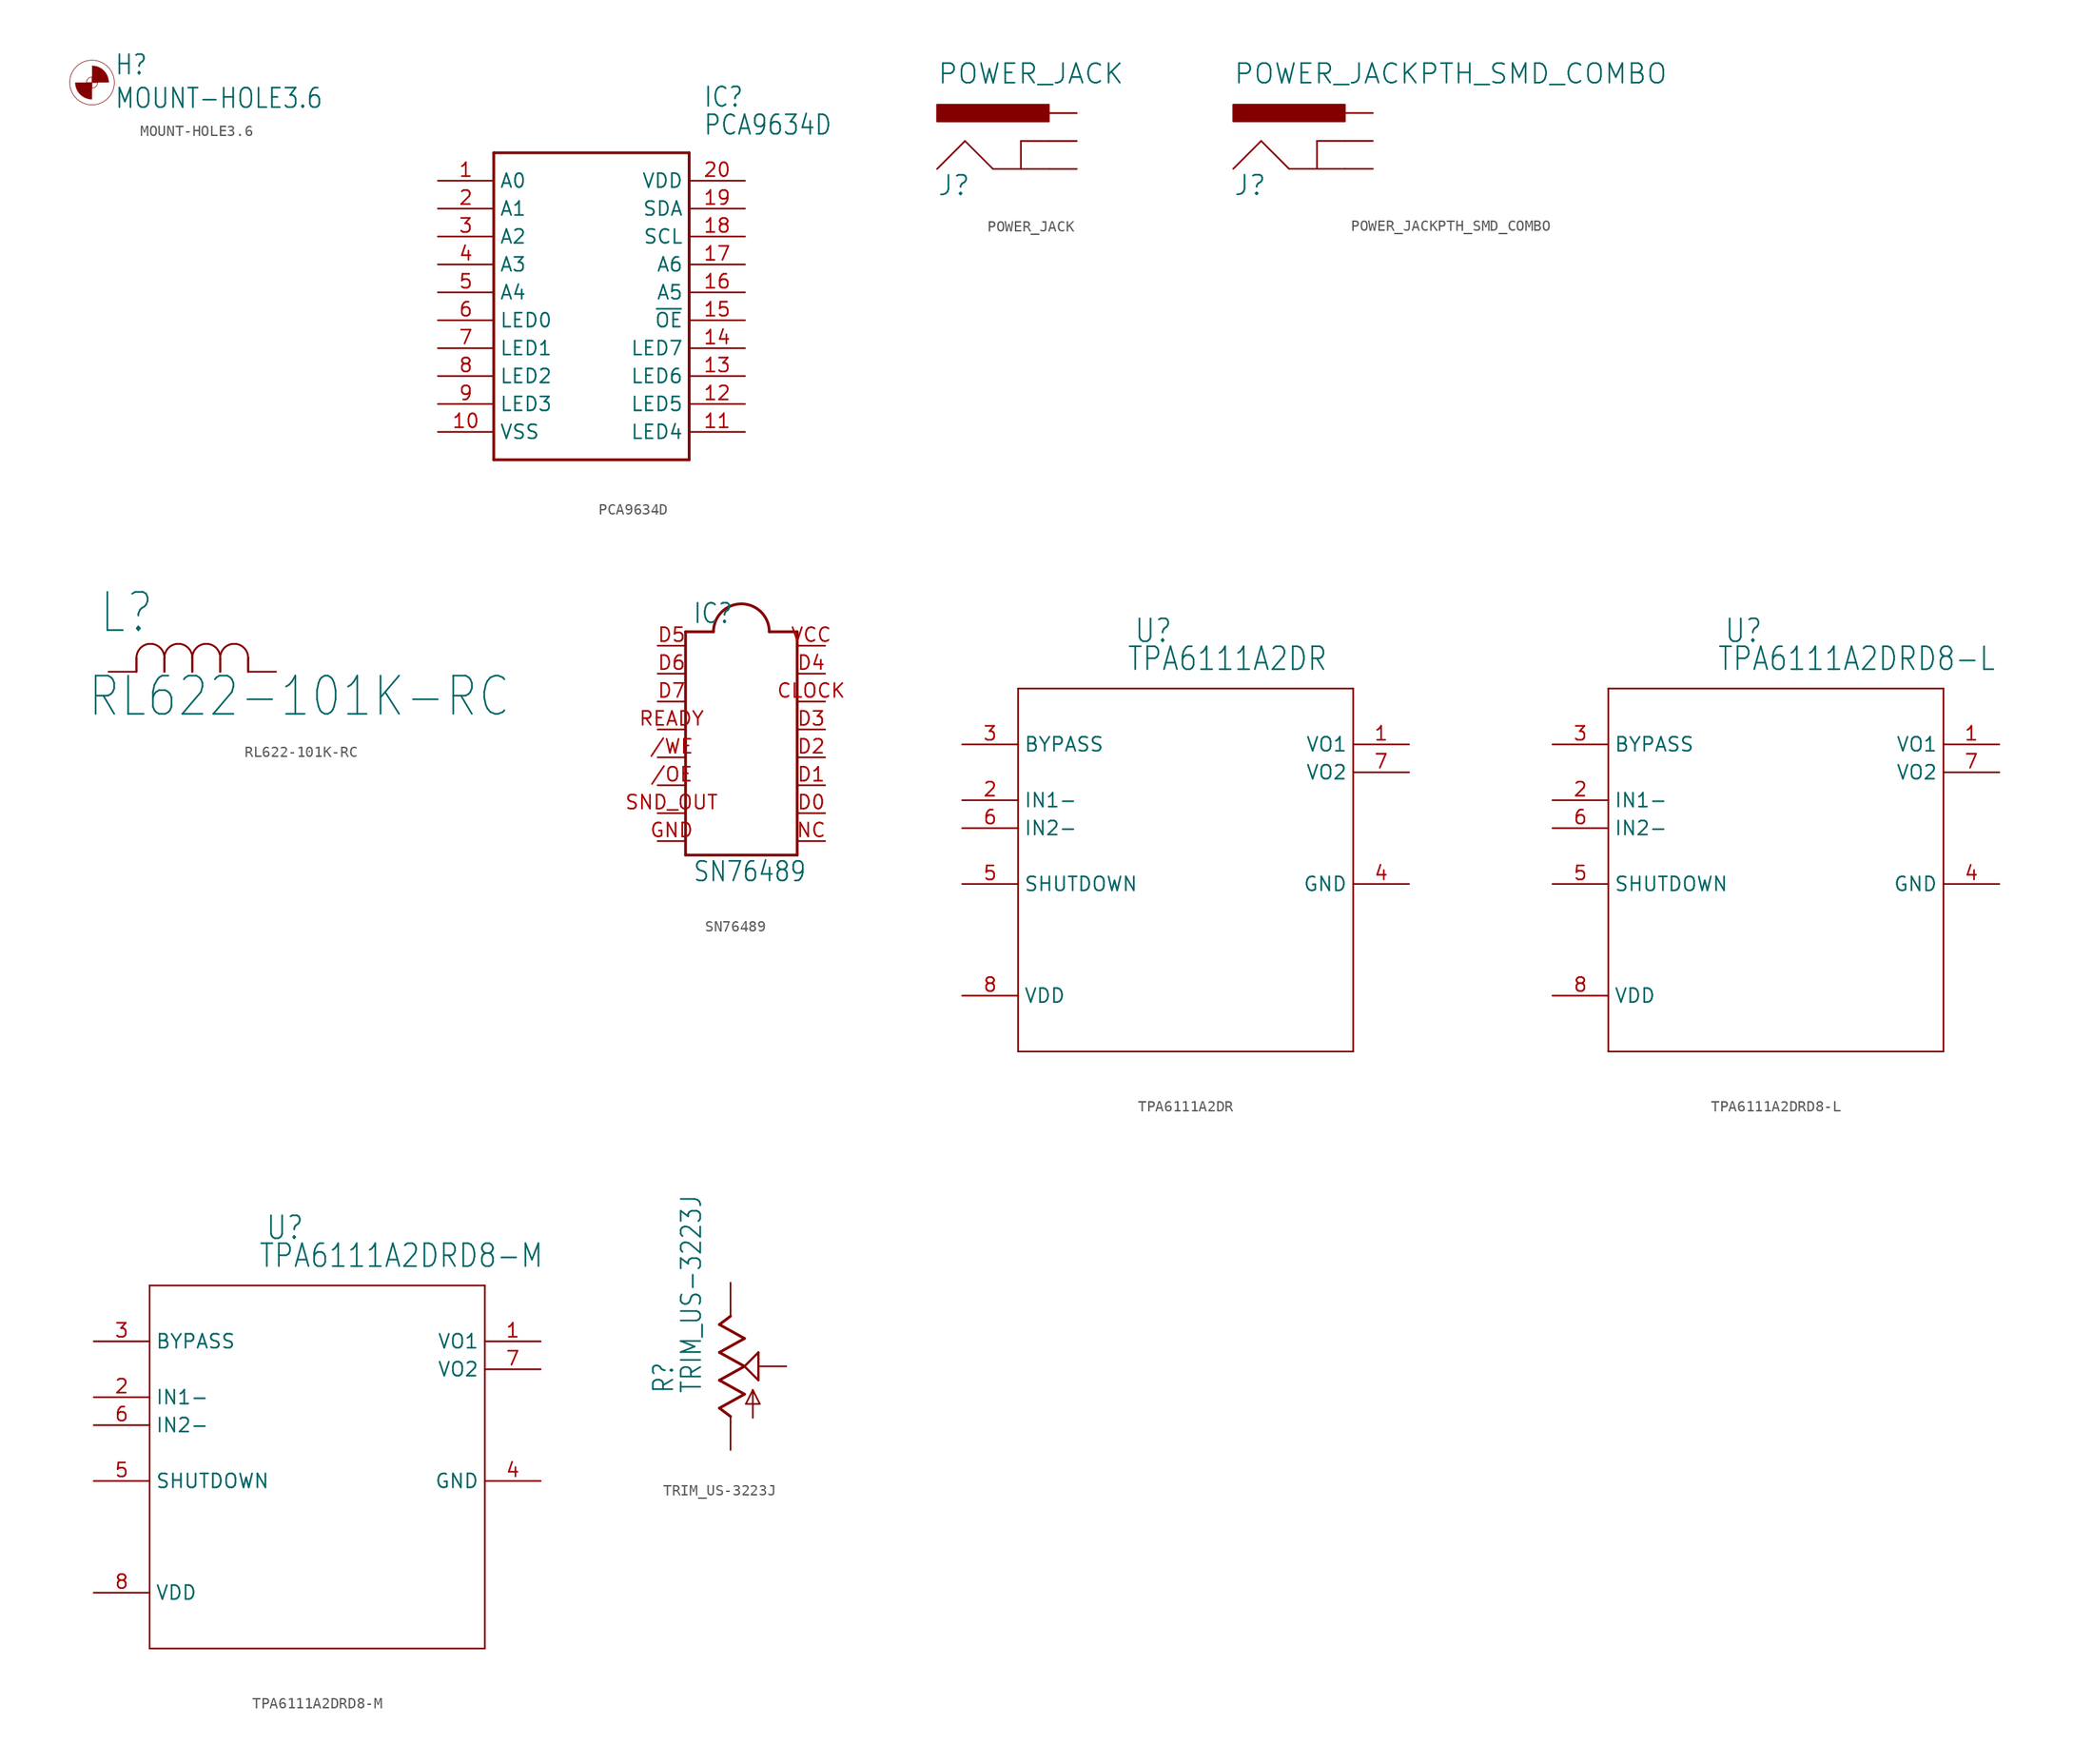
<source format=kicad_sym>
(kicad_symbol_lib
  (version 20211014)
  (generator kicad_symbol_editor)
  (symbol "MOUNT-HOLE3.6"
    (property "Reference" "H"
      (at 2.032 0.584 0)
      (effects (font (size 1.778 1.511)) (justify left bottom)))
    (property "Value" "MOUNT-HOLE3.6"
      (at 2.032 -2.464 0)
      (effects (font (size 1.778 1.511)) (justify left bottom)))
    (property "ki_locked" ""
      (at 0 0 0)
      (effects (font (size 1.27 1.27))))
    (symbol "MOUNT-HOLE3.6_1_0"
      (arc (start -1.524 0) (mid -1.0776 -1.0776) (end 0 -1.524) (stroke (width 0.0001) (type default) (color 0 0 0 0)) (fill (type outline)))
      (polyline (pts (xy -0.508 0) (xy 0.508 0)) (stroke (width 0.051) (type default) (color 0 0 0 0)) (fill (type none)))
      (polyline (pts (xy 0 0.508) (xy 0 -0.508)) (stroke (width 0.051) (type default) (color 0 0 0 0)) (fill (type none)))
      (circle (center 0 0) (radius 0.508) (stroke (width 0.051) (type default) (color 0 0 0 0)) (fill (type none)))
      (circle (center 0 0) (radius 2.032) (stroke (width 0.051) (type default) (color 0 0 0 0)) (fill (type none)))
      (arc (start 1.524 0) (mid 1.0776 1.0776) (end 0 1.524) (stroke (width 0.0001) (type default) (color 0 0 0 0)) (fill (type outline)))))
  (symbol "PCA9634D"
    (property "Reference" "IC"
      (at 24.13 7.62 0)
      (effects (font (size 1.778 1.511)) (justify left)))
    (property "Value" "PCA9634D"
      (at 24.13 5.08 0)
      (effects (font (size 1.778 1.511)) (justify left)))
    (property "ki_locked" ""
      (at 0 0 0)
      (effects (font (size 1.27 1.27))))
    (symbol "PCA9634D_1_0"
      (polyline (pts (xy 5.08 2.54) (xy 5.08 -25.4)) (stroke (width 0.254) (type default) (color 0 0 0 0)) (fill (type none)))
      (polyline (pts (xy 5.08 2.54) (xy 22.86 2.54)) (stroke (width 0.254) (type default) (color 0 0 0 0)) (fill (type none)))
      (polyline (pts (xy 22.86 -25.4) (xy 5.08 -25.4)) (stroke (width 0.254) (type default) (color 0 0 0 0)) (fill (type none)))
      (polyline (pts (xy 22.86 -25.4) (xy 22.86 2.54)) (stroke (width 0.254) (type default) (color 0 0 0 0)) (fill (type none)))
      (pin bidirectional line (at 0 0 0) (length 5.08) (name "A0" (effects (font (size 1.27 1.27)))) (number "1" (effects (font (size 1.27 1.27)))))
      (pin power_in line (at 0 -22.86 0) (length 5.08) (name "VSS" (effects (font (size 1.27 1.27)))) (number "10" (effects (font (size 1.27 1.27)))))
      (pin bidirectional line (at 27.94 -22.86 180) (length 5.08) (name "LED4" (effects (font (size 1.27 1.27)))) (number "11" (effects (font (size 1.27 1.27)))))
      (pin bidirectional line (at 27.94 -20.32 180) (length 5.08) (name "LED5" (effects (font (size 1.27 1.27)))) (number "12" (effects (font (size 1.27 1.27)))))
      (pin bidirectional line (at 27.94 -17.78 180) (length 5.08) (name "LED6" (effects (font (size 1.27 1.27)))) (number "13" (effects (font (size 1.27 1.27)))))
      (pin bidirectional line (at 27.94 -15.24 180) (length 5.08) (name "LED7" (effects (font (size 1.27 1.27)))) (number "14" (effects (font (size 1.27 1.27)))))
      (pin bidirectional line (at 27.94 -12.7 180) (length 5.08) (name "~{OE}" (effects (font (size 1.27 1.27)))) (number "15" (effects (font (size 1.27 1.27)))))
      (pin bidirectional line (at 27.94 -10.16 180) (length 5.08) (name "A5" (effects (font (size 1.27 1.27)))) (number "16" (effects (font (size 1.27 1.27)))))
      (pin bidirectional line (at 27.94 -7.62 180) (length 5.08) (name "A6" (effects (font (size 1.27 1.27)))) (number "17" (effects (font (size 1.27 1.27)))))
      (pin bidirectional line (at 27.94 -5.08 180) (length 5.08) (name "SCL" (effects (font (size 1.27 1.27)))) (number "18" (effects (font (size 1.27 1.27)))))
      (pin bidirectional line (at 27.94 -2.54 180) (length 5.08) (name "SDA" (effects (font (size 1.27 1.27)))) (number "19" (effects (font (size 1.27 1.27)))))
      (pin bidirectional line (at 0 -2.54 0) (length 5.08) (name "A1" (effects (font (size 1.27 1.27)))) (number "2" (effects (font (size 1.27 1.27)))))
      (pin power_in line (at 27.94 0 180) (length 5.08) (name "VDD" (effects (font (size 1.27 1.27)))) (number "20" (effects (font (size 1.27 1.27)))))
      (pin bidirectional line (at 0 -5.08 0) (length 5.08) (name "A2" (effects (font (size 1.27 1.27)))) (number "3" (effects (font (size 1.27 1.27)))))
      (pin bidirectional line (at 0 -7.62 0) (length 5.08) (name "A3" (effects (font (size 1.27 1.27)))) (number "4" (effects (font (size 1.27 1.27)))))
      (pin bidirectional line (at 0 -10.16 0) (length 5.08) (name "A4" (effects (font (size 1.27 1.27)))) (number "5" (effects (font (size 1.27 1.27)))))
      (pin bidirectional line (at 0 -12.7 0) (length 5.08) (name "LED0" (effects (font (size 1.27 1.27)))) (number "6" (effects (font (size 1.27 1.27)))))
      (pin bidirectional line (at 0 -15.24 0) (length 5.08) (name "LED1" (effects (font (size 1.27 1.27)))) (number "7" (effects (font (size 1.27 1.27)))))
      (pin bidirectional line (at 0 -17.78 0) (length 5.08) (name "LED2" (effects (font (size 1.27 1.27)))) (number "8" (effects (font (size 1.27 1.27)))))
      (pin bidirectional line (at 0 -20.32 0) (length 5.08) (name "LED3" (effects (font (size 1.27 1.27)))) (number "9" (effects (font (size 1.27 1.27)))))))
  (symbol "POWER_JACK"
    (property "Reference" "J"
      (at -10.16 0 0)
      (effects (font (size 1.778 1.778)) (justify left bottom)))
    (property "Value" "POWER_JACK"
      (at -10.16 10.16 0)
      (effects (font (size 1.778 1.778)) (justify left bottom)))
    (property "ki_locked" ""
      (at 0 0 0)
      (effects (font (size 1.27 1.27))))
    (symbol "POWER_JACK_1_0"
      (rectangle (start -10.16 6.858) (end 0 8.382) (stroke (width 0) (type default) (color 0 0 0 0)) (fill (type outline)))
      (polyline (pts (xy -10.16 2.54) (xy -7.62 5.08)) (stroke (width 0.152) (type default) (color 0 0 0 0)) (fill (type none)))
      (polyline (pts (xy -7.62 5.08) (xy -5.08 2.54)) (stroke (width 0.152) (type default) (color 0 0 0 0)) (fill (type none)))
      (polyline (pts (xy -5.08 2.54) (xy -2.54 2.54)) (stroke (width 0.152) (type default) (color 0 0 0 0)) (fill (type none)))
      (polyline (pts (xy -2.54 2.54) (xy -2.54 5.08)) (stroke (width 0.152) (type default) (color 0 0 0 0)) (fill (type none)))
      (polyline (pts (xy -2.54 2.54) (xy 0 2.54)) (stroke (width 0.152) (type default) (color 0 0 0 0)) (fill (type none)))
      (polyline (pts (xy -2.54 5.08) (xy 0 5.08)) (stroke (width 0.152) (type default) (color 0 0 0 0)) (fill (type none)))
      (pin bidirectional line (at 2.54 2.54 180) (length 2.54) (name "GND" (effects (font (size 0 0)))) (number "GND" (effects (font (size 0 0)))))
      (pin bidirectional line (at 2.54 5.08 180) (length 2.54) (name "GNDBREAK" (effects (font (size 0 0)))) (number "GNDBREAK" (effects (font (size 0 0)))))
      (pin bidirectional line (at 2.54 7.62 180) (length 2.54) (name "PWR" (effects (font (size 0 0)))) (number "PWR" (effects (font (size 0 0)))))))
  (symbol "POWER_JACKPTH_SMD_COMBO"
    (property "Reference" "J"
      (at -10.16 0 0)
      (effects (font (size 1.778 1.778)) (justify left bottom)))
    (property "Value" "POWER_JACKPTH_SMD_COMBO"
      (at -10.16 10.16 0)
      (effects (font (size 1.778 1.778)) (justify left bottom)))
    (property "ki_locked" ""
      (at 0 0 0)
      (effects (font (size 1.27 1.27))))
    (symbol "POWER_JACKPTH_SMD_COMBO_1_0"
      (rectangle (start -10.16 6.858) (end 0 8.382) (stroke (width 0) (type default) (color 0 0 0 0)) (fill (type outline)))
      (polyline (pts (xy -10.16 2.54) (xy -7.62 5.08)) (stroke (width 0.152) (type default) (color 0 0 0 0)) (fill (type none)))
      (polyline (pts (xy -7.62 5.08) (xy -5.08 2.54)) (stroke (width 0.152) (type default) (color 0 0 0 0)) (fill (type none)))
      (polyline (pts (xy -5.08 2.54) (xy -2.54 2.54)) (stroke (width 0.152) (type default) (color 0 0 0 0)) (fill (type none)))
      (polyline (pts (xy -2.54 2.54) (xy -2.54 5.08)) (stroke (width 0.152) (type default) (color 0 0 0 0)) (fill (type none)))
      (polyline (pts (xy -2.54 2.54) (xy 0 2.54)) (stroke (width 0.152) (type default) (color 0 0 0 0)) (fill (type none)))
      (polyline (pts (xy -2.54 5.08) (xy 0 5.08)) (stroke (width 0.152) (type default) (color 0 0 0 0)) (fill (type none)))
      (pin bidirectional line (at 2.54 5.08 180) (length 2.54) (name "GNDBREAK" (effects (font (size 0 0)))) (number "GND" (effects (font (size 0 0)))))
      (pin bidirectional line (at 2.54 2.54 180) (length 2.54) (name "GND" (effects (font (size 0 0)))) (number "GND@1" (effects (font (size 0 0)))))
      (pin bidirectional line (at 2.54 7.62 180) (length 2.54) (name "PWR" (effects (font (size 0 0)))) (number "POWER" (effects (font (size 0 0)))))))
  (symbol "RL622-101K-RC"
    (property "Reference" "L"
      (at -0.914 3.353 0)
      (effects (font (size 3.48 2.958)) (justify left bottom)))
    (property "Value" "RL622-101K-RC"
      (at -1.981 -4.267 0)
      (effects (font (size 3.48 2.958)) (justify left bottom)))
    (property "ki_locked" ""
      (at 0 0 0)
      (effects (font (size 1.27 1.27))))
    (symbol "RL622-101K-RC_1_0"
      (polyline (pts (xy 2.54 0) (xy 2.54 1.27)) (stroke (width 0.203) (type default) (color 0 0 0 0)) (fill (type none)))
      (polyline (pts (xy 5.08 0) (xy 5.08 1.27)) (stroke (width 0.203) (type default) (color 0 0 0 0)) (fill (type none)))
      (polyline (pts (xy 7.62 0) (xy 7.62 1.27)) (stroke (width 0.203) (type default) (color 0 0 0 0)) (fill (type none)))
      (polyline (pts (xy 10.16 0) (xy 10.16 1.27)) (stroke (width 0.203) (type default) (color 0 0 0 0)) (fill (type none)))
      (polyline (pts (xy 12.7 0) (xy 12.7 1.27)) (stroke (width 0.203) (type default) (color 0 0 0 0)) (fill (type none)))
      (arc (start 5.08 1.27) (mid 3.81 2.54) (end 2.54 1.27) (stroke (width 0.1524) (type default) (color 0 0 0 0)) (fill (type none)))
      (arc (start 5.08 1.27) (mid 3.81 2.54) (end 2.54 1.27) (stroke (width 0.1524) (type default) (color 0 0 0 0)) (fill (type none)))
      (arc (start 7.62 1.27) (mid 6.35 2.54) (end 5.08 1.27) (stroke (width 0.1524) (type default) (color 0 0 0 0)) (fill (type none)))
      (arc (start 7.62 1.27) (mid 6.35 2.54) (end 5.08 1.27) (stroke (width 0.1524) (type default) (color 0 0 0 0)) (fill (type none)))
      (arc (start 10.16 1.27) (mid 8.89 2.54) (end 7.62 1.27) (stroke (width 0.1524) (type default) (color 0 0 0 0)) (fill (type none)))
      (arc (start 10.16 1.27) (mid 8.89 2.54) (end 7.62 1.27) (stroke (width 0.1524) (type default) (color 0 0 0 0)) (fill (type none)))
      (arc (start 12.7 1.27) (mid 11.43 2.54) (end 10.16 1.27) (stroke (width 0.1524) (type default) (color 0 0 0 0)) (fill (type none)))
      (arc (start 12.7 1.27) (mid 11.43 2.54) (end 10.16 1.27) (stroke (width 0.1524) (type default) (color 0 0 0 0)) (fill (type none)))
      (pin passive line (at 15.24 0 180) (length 2.54) (name "1" (effects (font (size 0 0)))) (number "1" (effects (font (size 0 0)))))
      (pin passive line (at 0 0 0) (length 2.54) (name "2" (effects (font (size 0 0)))) (number "2" (effects (font (size 0 0)))))))
  (symbol "SN76489"
    (property "Reference" "IC"
      (at -4.445 4.445 0)
      (effects (font (size 1.778 1.511)) (justify left bottom)))
    (property "Value" "SN76489"
      (at -4.445 -19.05 0)
      (effects (font (size 1.778 1.511)) (justify left bottom)))
    (property "ki_locked" ""
      (at 0 0 0)
      (effects (font (size 1.27 1.27))))
    (symbol "SN76489_1_0"
      (polyline (pts (xy -5.08 -16.51) (xy 5.08 -16.51)) (stroke (width 0.254) (type default) (color 0 0 0 0)) (fill (type none)))
      (polyline (pts (xy -5.08 3.81) (xy -5.08 -16.51)) (stroke (width 0.254) (type default) (color 0 0 0 0)) (fill (type none)))
      (polyline (pts (xy -5.08 3.81) (xy -2.54 3.81)) (stroke (width 0.254) (type default) (color 0 0 0 0)) (fill (type none)))
      (polyline (pts (xy 5.08 -16.51) (xy 5.08 3.81)) (stroke (width 0.254) (type default) (color 0 0 0 0)) (fill (type none)))
      (polyline (pts (xy 5.08 3.81) (xy 2.54 3.81)) (stroke (width 0.254) (type default) (color 0 0 0 0)) (fill (type none)))
      (arc (start 2.54 3.81) (mid 0 6.35) (end -2.54 3.81) (stroke (width 0.254) (type default) (color 0 0 0 0)) (fill (type none)))
      (pin passive line (at -7.62 -10.16 0) (length 2.54) (name "/OE" (effects (font (size 0 0)))) (number "/OE" (effects (font (size 1.27 1.27)))))
      (pin passive line (at -7.62 -7.62 0) (length 2.54) (name "/WE" (effects (font (size 0 0)))) (number "/WE" (effects (font (size 1.27 1.27)))))
      (pin passive line (at 7.62 -2.54 180) (length 2.54) (name "CLOCK" (effects (font (size 0 0)))) (number "CLOCK" (effects (font (size 1.27 1.27)))))
      (pin passive line (at 7.62 -12.7 180) (length 2.54) (name "D0" (effects (font (size 0 0)))) (number "D0" (effects (font (size 1.27 1.27)))))
      (pin passive line (at 7.62 -10.16 180) (length 2.54) (name "D1" (effects (font (size 0 0)))) (number "D1" (effects (font (size 1.27 1.27)))))
      (pin passive line (at 7.62 -7.62 180) (length 2.54) (name "D2" (effects (font (size 0 0)))) (number "D2" (effects (font (size 1.27 1.27)))))
      (pin passive line (at 7.62 -5.08 180) (length 2.54) (name "D3" (effects (font (size 0 0)))) (number "D3" (effects (font (size 1.27 1.27)))))
      (pin passive line (at 7.62 0 180) (length 2.54) (name "D4" (effects (font (size 0 0)))) (number "D4" (effects (font (size 1.27 1.27)))))
      (pin passive line (at -7.62 2.54 0) (length 2.54) (name "D5" (effects (font (size 0 0)))) (number "D5" (effects (font (size 1.27 1.27)))))
      (pin passive line (at -7.62 0 0) (length 2.54) (name "D6" (effects (font (size 0 0)))) (number "D6" (effects (font (size 1.27 1.27)))))
      (pin passive line (at -7.62 -2.54 0) (length 2.54) (name "D7" (effects (font (size 0 0)))) (number "D7" (effects (font (size 1.27 1.27)))))
      (pin passive line (at -7.62 -15.24 0) (length 2.54) (name "GND" (effects (font (size 0 0)))) (number "GND" (effects (font (size 1.27 1.27)))))
      (pin passive line (at 7.62 -15.24 180) (length 2.54) (name "NC" (effects (font (size 0 0)))) (number "NC" (effects (font (size 1.27 1.27)))))
      (pin passive line (at -7.62 -5.08 0) (length 2.54) (name "READY" (effects (font (size 0 0)))) (number "READY" (effects (font (size 1.27 1.27)))))
      (pin passive line (at -7.62 -12.7 0) (length 2.54) (name "SND_OUT" (effects (font (size 0 0)))) (number "SND_OUT" (effects (font (size 1.27 1.27)))))
      (pin passive line (at 7.62 2.54 180) (length 2.54) (name "VCC" (effects (font (size 0 0)))) (number "VCC" (effects (font (size 1.27 1.27)))))))
  (symbol "TPA6111A2DR"
    (property "Reference" "U"
      (at 18.136 9.119 0)
      (effects (font (size 2.083 1.77)) (justify left bottom)))
    (property "Value" "TPA6111A2DR"
      (at 17.501 6.579 0)
      (effects (font (size 2.083 1.77)) (justify left bottom)))
    (property "ki_locked" ""
      (at 0 0 0)
      (effects (font (size 1.27 1.27))))
    (symbol "TPA6111A2DR_1_0"
      (polyline (pts (xy 7.62 -27.94) (xy 38.1 -27.94)) (stroke (width 0.152) (type default) (color 0 0 0 0)) (fill (type none)))
      (polyline (pts (xy 7.62 5.08) (xy 7.62 -27.94)) (stroke (width 0.152) (type default) (color 0 0 0 0)) (fill (type none)))
      (polyline (pts (xy 38.1 -27.94) (xy 38.1 5.08)) (stroke (width 0.152) (type default) (color 0 0 0 0)) (fill (type none)))
      (polyline (pts (xy 38.1 5.08) (xy 7.62 5.08)) (stroke (width 0.152) (type default) (color 0 0 0 0)) (fill (type none)))
      (pin output line (at 43.18 0 180) (length 5.08) (name "VO1" (effects (font (size 1.27 1.27)))) (number "1" (effects (font (size 1.27 1.27)))))
      (pin input line (at 2.54 -5.08 0) (length 5.08) (name "IN1-" (effects (font (size 1.27 1.27)))) (number "2" (effects (font (size 1.27 1.27)))))
      (pin input line (at 2.54 0 0) (length 5.08) (name "BYPASS" (effects (font (size 1.27 1.27)))) (number "3" (effects (font (size 1.27 1.27)))))
      (pin power_in line (at 43.18 -12.7 180) (length 5.08) (name "GND" (effects (font (size 1.27 1.27)))) (number "4" (effects (font (size 1.27 1.27)))))
      (pin input line (at 2.54 -12.7 0) (length 5.08) (name "SHUTDOWN" (effects (font (size 1.27 1.27)))) (number "5" (effects (font (size 1.27 1.27)))))
      (pin input line (at 2.54 -7.62 0) (length 5.08) (name "IN2-" (effects (font (size 1.27 1.27)))) (number "6" (effects (font (size 1.27 1.27)))))
      (pin output line (at 43.18 -2.54 180) (length 5.08) (name "VO2" (effects (font (size 1.27 1.27)))) (number "7" (effects (font (size 1.27 1.27)))))
      (pin power_in line (at 2.54 -22.86 0) (length 5.08) (name "VDD" (effects (font (size 1.27 1.27)))) (number "8" (effects (font (size 1.27 1.27)))))))
  (symbol "TPA6111A2DRD8-L"
    (property "Reference" "U"
      (at 18.136 9.119 0)
      (effects (font (size 2.083 1.77)) (justify left bottom)))
    (property "Value" "TPA6111A2DRD8-L"
      (at 17.501 6.579 0)
      (effects (font (size 2.083 1.77)) (justify left bottom)))
    (property "ki_locked" ""
      (at 0 0 0)
      (effects (font (size 1.27 1.27))))
    (symbol "TPA6111A2DRD8-L_1_0"
      (polyline (pts (xy 7.62 -27.94) (xy 38.1 -27.94)) (stroke (width 0.152) (type default) (color 0 0 0 0)) (fill (type none)))
      (polyline (pts (xy 7.62 5.08) (xy 7.62 -27.94)) (stroke (width 0.152) (type default) (color 0 0 0 0)) (fill (type none)))
      (polyline (pts (xy 38.1 -27.94) (xy 38.1 5.08)) (stroke (width 0.152) (type default) (color 0 0 0 0)) (fill (type none)))
      (polyline (pts (xy 38.1 5.08) (xy 7.62 5.08)) (stroke (width 0.152) (type default) (color 0 0 0 0)) (fill (type none)))
      (pin output line (at 43.18 0 180) (length 5.08) (name "VO1" (effects (font (size 1.27 1.27)))) (number "1" (effects (font (size 1.27 1.27)))))
      (pin input line (at 2.54 -5.08 0) (length 5.08) (name "IN1-" (effects (font (size 1.27 1.27)))) (number "2" (effects (font (size 1.27 1.27)))))
      (pin input line (at 2.54 0 0) (length 5.08) (name "BYPASS" (effects (font (size 1.27 1.27)))) (number "3" (effects (font (size 1.27 1.27)))))
      (pin power_in line (at 43.18 -12.7 180) (length 5.08) (name "GND" (effects (font (size 1.27 1.27)))) (number "4" (effects (font (size 1.27 1.27)))))
      (pin input line (at 2.54 -12.7 0) (length 5.08) (name "SHUTDOWN" (effects (font (size 1.27 1.27)))) (number "5" (effects (font (size 1.27 1.27)))))
      (pin input line (at 2.54 -7.62 0) (length 5.08) (name "IN2-" (effects (font (size 1.27 1.27)))) (number "6" (effects (font (size 1.27 1.27)))))
      (pin output line (at 43.18 -2.54 180) (length 5.08) (name "VO2" (effects (font (size 1.27 1.27)))) (number "7" (effects (font (size 1.27 1.27)))))
      (pin power_in line (at 2.54 -22.86 0) (length 5.08) (name "VDD" (effects (font (size 1.27 1.27)))) (number "8" (effects (font (size 1.27 1.27)))))))
  (symbol "TPA6111A2DRD8-M"
    (property "Reference" "U"
      (at 18.136 9.119 0)
      (effects (font (size 2.083 1.77)) (justify left bottom)))
    (property "Value" "TPA6111A2DRD8-M"
      (at 17.501 6.579 0)
      (effects (font (size 2.083 1.77)) (justify left bottom)))
    (property "ki_locked" ""
      (at 0 0 0)
      (effects (font (size 1.27 1.27))))
    (symbol "TPA6111A2DRD8-M_1_0"
      (polyline (pts (xy 7.62 -27.94) (xy 38.1 -27.94)) (stroke (width 0.152) (type default) (color 0 0 0 0)) (fill (type none)))
      (polyline (pts (xy 7.62 5.08) (xy 7.62 -27.94)) (stroke (width 0.152) (type default) (color 0 0 0 0)) (fill (type none)))
      (polyline (pts (xy 38.1 -27.94) (xy 38.1 5.08)) (stroke (width 0.152) (type default) (color 0 0 0 0)) (fill (type none)))
      (polyline (pts (xy 38.1 5.08) (xy 7.62 5.08)) (stroke (width 0.152) (type default) (color 0 0 0 0)) (fill (type none)))
      (pin output line (at 43.18 0 180) (length 5.08) (name "VO1" (effects (font (size 1.27 1.27)))) (number "1" (effects (font (size 1.27 1.27)))))
      (pin input line (at 2.54 -5.08 0) (length 5.08) (name "IN1-" (effects (font (size 1.27 1.27)))) (number "2" (effects (font (size 1.27 1.27)))))
      (pin input line (at 2.54 0 0) (length 5.08) (name "BYPASS" (effects (font (size 1.27 1.27)))) (number "3" (effects (font (size 1.27 1.27)))))
      (pin power_in line (at 43.18 -12.7 180) (length 5.08) (name "GND" (effects (font (size 1.27 1.27)))) (number "4" (effects (font (size 1.27 1.27)))))
      (pin input line (at 2.54 -12.7 0) (length 5.08) (name "SHUTDOWN" (effects (font (size 1.27 1.27)))) (number "5" (effects (font (size 1.27 1.27)))))
      (pin input line (at 2.54 -7.62 0) (length 5.08) (name "IN2-" (effects (font (size 1.27 1.27)))) (number "6" (effects (font (size 1.27 1.27)))))
      (pin output line (at 43.18 -2.54 180) (length 5.08) (name "VO2" (effects (font (size 1.27 1.27)))) (number "7" (effects (font (size 1.27 1.27)))))
      (pin power_in line (at 2.54 -22.86 0) (length 5.08) (name "VDD" (effects (font (size 1.27 1.27)))) (number "8" (effects (font (size 1.27 1.27)))))))
  (symbol "TRIM_US-3223J"
    (property "Reference" "R"
      (at -5.08 -2.54 90)
      (effects (font (size 1.778 1.511)) (justify left bottom)))
    (property "Value" "TRIM_US-3223J"
      (at -2.54 -2.54 90)
      (effects (font (size 1.778 1.511)) (justify left bottom)))
    (property "ki_locked" ""
      (at 0 0 0)
      (effects (font (size 1.27 1.27))))
    (symbol "TRIM_US-3223J_1_0"
      (polyline (pts (xy -1.016 -3.81) (xy 1.27 -2.54)) (stroke (width 0.254) (type default) (color 0 0 0 0)) (fill (type none)))
      (polyline (pts (xy -1.016 -1.27) (xy 1.27 0)) (stroke (width 0.254) (type default) (color 0 0 0 0)) (fill (type none)))
      (polyline (pts (xy -1.016 1.27) (xy 1.27 2.54)) (stroke (width 0.254) (type default) (color 0 0 0 0)) (fill (type none)))
      (polyline (pts (xy -1.016 3.81) (xy 0 4.572)) (stroke (width 0.254) (type default) (color 0 0 0 0)) (fill (type none)))
      (polyline (pts (xy 0 -5.08) (xy 0 -4.572)) (stroke (width 0.152) (type default) (color 0 0 0 0)) (fill (type none)))
      (polyline (pts (xy 0 -4.572) (xy -1.016 -3.81)) (stroke (width 0.254) (type default) (color 0 0 0 0)) (fill (type none)))
      (polyline (pts (xy 0 4.572) (xy 0 5.08)) (stroke (width 0.152) (type default) (color 0 0 0 0)) (fill (type none)))
      (polyline (pts (xy 1.27 -2.54) (xy -1.016 -1.27)) (stroke (width 0.254) (type default) (color 0 0 0 0)) (fill (type none)))
      (polyline (pts (xy 1.27 0) (xy -1.016 1.27)) (stroke (width 0.254) (type default) (color 0 0 0 0)) (fill (type none)))
      (polyline (pts (xy 1.27 0) (xy 2.54 1.27)) (stroke (width 0.203) (type default) (color 0 0 0 0)) (fill (type none)))
      (polyline (pts (xy 1.27 2.54) (xy -1.016 3.81)) (stroke (width 0.254) (type default) (color 0 0 0 0)) (fill (type none)))
      (polyline (pts (xy 1.397 -3.429) (xy 2.032 -2.159)) (stroke (width 0.152) (type default) (color 0 0 0 0)) (fill (type none)))
      (polyline (pts (xy 2.032 -4.699) (xy 2.032 -2.159)) (stroke (width 0.152) (type default) (color 0 0 0 0)) (fill (type none)))
      (polyline (pts (xy 2.032 -2.159) (xy 2.667 -3.429)) (stroke (width 0.152) (type default) (color 0 0 0 0)) (fill (type none)))
      (polyline (pts (xy 2.54 -1.27) (xy 1.27 0)) (stroke (width 0.203) (type default) (color 0 0 0 0)) (fill (type none)))
      (polyline (pts (xy 2.54 1.27) (xy 2.54 -1.27)) (stroke (width 0.203) (type default) (color 0 0 0 0)) (fill (type none)))
      (polyline (pts (xy 2.667 -3.429) (xy 1.397 -3.429)) (stroke (width 0.152) (type default) (color 0 0 0 0)) (fill (type none)))
      (pin passive line (at 0 -7.62 90) (length 2.54) (name "A" (effects (font (size 0 0)))) (number "1" (effects (font (size 0 0)))))
      (pin passive line (at 5.08 0 180) (length 2.54) (name "S" (effects (font (size 0 0)))) (number "2" (effects (font (size 0 0)))))
      (pin passive line (at 0 7.62 270) (length 2.54) (name "E" (effects (font (size 0 0)))) (number "3" (effects (font (size 0 0))))))))
</source>
